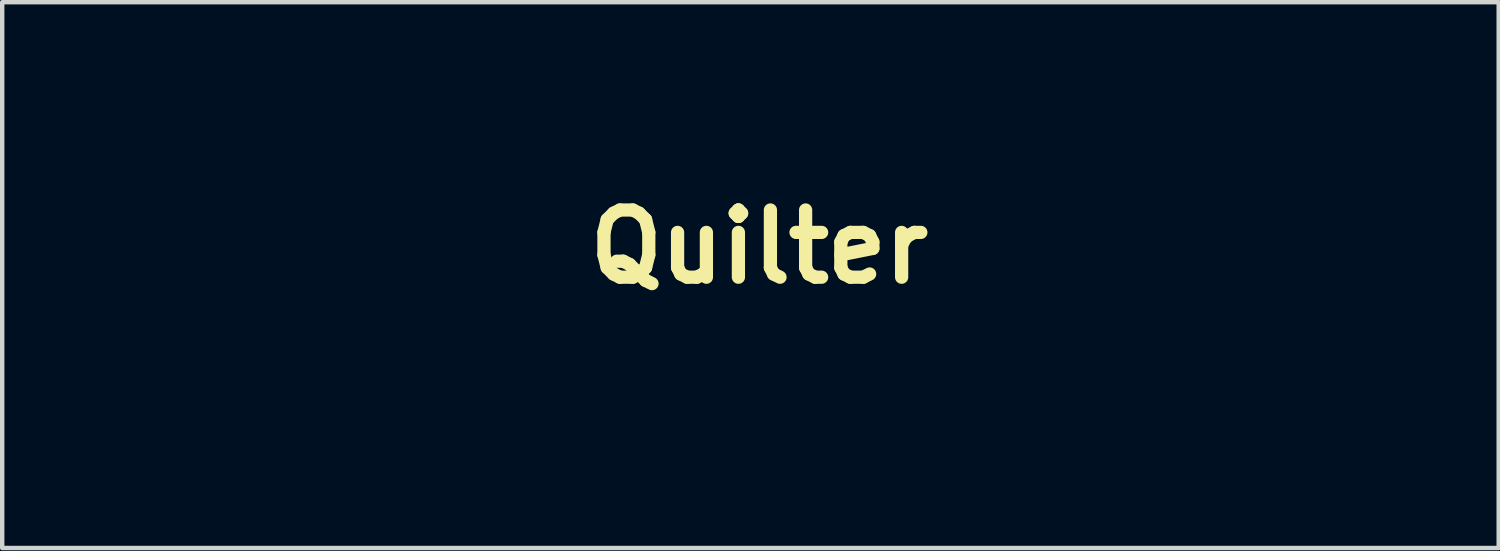
<source format=kicad_pcb>
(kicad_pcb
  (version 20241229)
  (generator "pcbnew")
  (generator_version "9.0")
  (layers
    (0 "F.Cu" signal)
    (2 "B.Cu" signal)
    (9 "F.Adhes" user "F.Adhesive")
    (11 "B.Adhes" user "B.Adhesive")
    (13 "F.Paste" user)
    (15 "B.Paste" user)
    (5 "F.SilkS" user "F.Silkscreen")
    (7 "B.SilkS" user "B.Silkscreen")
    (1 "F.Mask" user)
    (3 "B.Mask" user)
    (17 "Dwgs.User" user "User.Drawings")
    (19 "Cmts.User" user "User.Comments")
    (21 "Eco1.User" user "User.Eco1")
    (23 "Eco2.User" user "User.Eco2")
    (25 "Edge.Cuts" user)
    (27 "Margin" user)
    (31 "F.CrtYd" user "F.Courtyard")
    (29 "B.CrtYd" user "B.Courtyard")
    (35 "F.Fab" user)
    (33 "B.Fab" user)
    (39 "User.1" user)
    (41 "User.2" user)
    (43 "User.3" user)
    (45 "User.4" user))
  (footprint "Quilter"
    (layer "F.Cu")
    (at 14.164 2.546)
    (property "Reference" "Quilter" (at 0 0 0) (layer "F.SilkS") (effects (font (size 1.524 1.524) (thickness 0.3))))
    (attr board_only exclude_from_pos_files exclude_from_bom)
    (fp_poly (pts (xy -3.02 -2.369) (xy -2.676 -2.358) (xy -2.481 -2.331) (xy -2.399 -2.277) (xy -2.391 -2.19) (xy -2.407 -2.117) (xy -2.429 -1.929) (xy -2.456 -1.555) (xy -2.486 -1.032) (xy -2.515 -0.4) (xy -2.543 0.303) (xy -2.547 0.423) (xy -2.627 2.709) (xy -4.491 2.709) (xy -4.566 0.48) (xy -4.592 -0.227) (xy -4.621 -0.875) (xy -4.649 -1.421) (xy -4.676 -1.827) (xy -4.698 -2.051) (xy -4.7 -2.06) (xy -4.759 -2.371) (xy -3.553 -2.371)) (stroke (width 0) (type solid)) (fill yes) (layer "F.Mask"))
    (fp_poly (pts (xy -0.056 -0.267) (xy -0.139 1.836) (xy 0.506 1.783) (xy 1.15 1.729) (xy 1.083 2.064) (xy 1.034 2.357) (xy 1.016 2.554) (xy 0.973 2.619) (xy 0.823 2.664) (xy 0.536 2.692) (xy 0.081 2.706) (xy -0.491 2.709) (xy -1.997 2.709) (xy -2.075 0.337) (xy -2.102 -0.381) (xy -2.13 -1.027) (xy -2.16 -1.566) (xy -2.188 -1.962) (xy -2.212 -2.179) (xy -2.218 -2.203) (xy -2.215 -2.28) (xy -2.115 -2.329) (xy -1.881 -2.357) (xy -1.478 -2.369) (xy -1.127 -2.371) (xy 0.027 -2.371)) (stroke (width 0) (type solid)) (fill yes) (layer "F.Mask"))
    (fp_poly (pts (xy 5.377 -2.117) (xy 5.341 -1.874) (xy 5.316 -1.493) (xy 5.307 -1.101) (xy 5.306 -0.339) (xy 4.323 -0.339) (xy 4.25 0.525) (xy 4.212 1.063) (xy 4.186 1.621) (xy 4.177 2.049) (xy 4.177 2.709) (xy 3.4 2.709) (xy 2.986 2.703) (xy 2.744 2.672) (xy 2.62 2.602) (xy 2.56 2.475) (xy 2.555 2.455) (xy 2.525 2.234) (xy 2.501 1.852) (xy 2.487 1.374) (xy 2.485 1.11) (xy 2.478 0.619) (xy 2.459 0.202) (xy 2.432 -0.083) (xy 2.415 -0.16) (xy 2.273 -0.287) (xy 1.953 -0.337) (xy 1.851 -0.339) (xy 1.355 -0.339) (xy 1.355 -2.371) (xy 5.445 -2.371)) (stroke (width 0) (type solid)) (fill yes) (layer "F.Mask"))
    (fp_poly (pts (xy -7.394 -0.48) (xy -7.389 0.32) (xy -7.368 0.921) (xy -7.324 1.352) (xy -7.25 1.639) (xy -7.138 1.811) (xy -6.982 1.895) (xy -6.773 1.919) (xy -6.754 1.919) (xy -6.404 1.919) (xy -6.485 -0.226) (xy -6.567 -2.371) (xy -4.939 -2.371) (xy -5.009 -2.018) (xy -5.032 -1.793) (xy -5.052 -1.386) (xy -5.067 -0.841) (xy -5.077 -0.202) (xy -5.08 0.405) (xy -5.079 1.183) (xy -5.09 1.765) (xy -5.13 2.179) (xy -5.22 2.457) (xy -5.376 2.627) (xy -5.619 2.718) (xy -5.967 2.761) (xy -6.439 2.784) (xy -6.6 2.791) (xy -7.114 2.808) (xy -7.474 2.795) (xy -7.749 2.74) (xy -8.011 2.635) (xy -8.128 2.577) (xy -8.435 2.39) (xy -8.683 2.163) (xy -8.882 1.867) (xy -9.041 1.477) (xy -9.167 0.965) (xy -9.272 0.303) (xy -9.362 -0.535) (xy -9.433 -1.383) (xy -9.509 -2.371) (xy -8.452 -2.371) (xy -7.394 -2.371)) (stroke (width 0) (type solid)) (fill yes) (layer "F.Mask"))
    (fp_poly (pts (xy 9.058 -1.552) (xy 9.032 -1.002) (xy 8.996 -0.639) (xy 8.932 -0.427) (xy 8.816 -0.329) (xy 8.629 -0.306) (xy 8.359 -0.321) (xy 8.023 -0.337) (xy 7.855 -0.307) (xy 7.796 -0.205) (xy 7.789 -0.067) (xy 7.806 0.105) (xy 7.893 0.192) (xy 8.108 0.222) (xy 8.368 0.226) (xy 8.946 0.226) (xy 8.876 0.579) (xy 8.826 0.855) (xy 8.805 1.029) (xy 8.805 1.03) (xy 8.704 1.089) (xy 8.449 1.124) (xy 8.297 1.129) (xy 7.985 1.138) (xy 7.837 1.195) (xy 7.792 1.341) (xy 7.789 1.478) (xy 7.789 1.827) (xy 8.41 1.788) (xy 9.031 1.75) (xy 8.96 2.145) (xy 8.899 2.432) (xy 8.846 2.614) (xy 8.84 2.625) (xy 8.716 2.656) (xy 8.409 2.683) (xy 7.965 2.701) (xy 7.428 2.709) (xy 7.347 2.709) (xy 5.901 2.709) (xy 5.818 0.32) (xy 5.791 -0.399) (xy 5.762 -1.045) (xy 5.733 -1.584) (xy 5.707 -1.979) (xy 5.684 -2.195) (xy 5.678 -2.22) (xy 5.695 -2.279) (xy 5.818 -2.321) (xy 6.075 -2.348) (xy 6.492 -2.364) (xy 7.097 -2.37) (xy 7.358 -2.371) (xy 9.095 -2.371)) (stroke (width 0) (type solid)) (fill yes) (layer "F.Mask"))
    (fp_poly (pts (xy -11.134 -2.388) (xy -10.583 -2.044) (xy -10.154 -1.532) (xy -10.034 -1.303) (xy -9.873 -0.751) (xy -9.813 -0.084) (xy -9.851 0.613) (xy -9.986 1.255) (xy -10.095 1.544) (xy -10.303 1.909) (xy -10.54 2.212) (xy -10.674 2.328) (xy -10.98 2.529) (xy -10.544 2.895) (xy -10.307 3.11) (xy -10.173 3.262) (xy -10.163 3.304) (xy -10.283 3.391) (xy -10.511 3.55) (xy -10.566 3.588) (xy -10.916 3.829) (xy -11.23 3.502) (xy -11.433 3.229) (xy -11.482 3.015) (xy -11.476 2.998) (xy -11.474 2.894) (xy -11.597 2.84) (xy -11.891 2.822) (xy -11.998 2.822) (xy -12.595 2.752) (xy -13.09 2.529) (xy -13.518 2.127) (xy -13.912 1.524) (xy -14.04 1.246) (xy -14.117 0.939) (xy -14.146 0.618) (xy -12.568 0.618) (xy -12.51 1.061) (xy -12.356 1.421) (xy -12.136 1.646) (xy -11.966 1.693) (xy -11.751 1.605) (xy -11.555 1.402) (xy -11.427 1.081) (xy -11.371 0.675) (xy -11.39 0.277) (xy -11.486 -0.018) (xy -11.51 -0.05) (xy -11.726 -0.183) (xy -11.966 -0.226) (xy -12.294 -0.148) (xy -12.49 0.095) (xy -12.566 0.52) (xy -12.568 0.618) (xy -14.146 0.618) (xy -14.154 0.535) (xy -14.164 0.056) (xy -14.158 -0.456) (xy -14.127 -0.814) (xy -14.057 -1.089) (xy -13.934 -1.353) (xy -13.862 -1.48) (xy -13.529 -1.945) (xy -13.143 -2.252) (xy -12.629 -2.452) (xy -12.447 -2.498) (xy -11.769 -2.546)) (stroke (width 0) (type solid)) (fill yes) (layer "F.Mask"))
    (fp_poly (pts (xy 11.422 -2.408) (xy 11.866 -2.385) (xy 12.197 -2.337) (xy 12.47 -2.257) (xy 12.644 -2.183) (xy 13.162 -1.894) (xy 13.494 -1.565) (xy 13.679 -1.139) (xy 13.752 -0.615) (xy 13.767 -0.185) (xy 13.731 0.112) (xy 13.625 0.368) (xy 13.502 0.567) (xy 13.312 0.831) (xy 13.164 0.993) (xy 13.122 1.018) (xy 12.963 1.073) (xy 12.879 1.121) (xy 12.819 1.21) (xy 12.873 1.365) (xy 13.059 1.624) (xy 13.203 1.801) (xy 13.442 2.097) (xy 13.6 2.319) (xy 13.646 2.418) (xy 13.646 2.418) (xy 13.529 2.486) (xy 13.273 2.621) (xy 13.021 2.749) (xy 12.676 2.909) (xy 12.468 2.963) (xy 12.344 2.921) (xy 12.314 2.889) (xy 12.193 2.712) (xy 12.011 2.409) (xy 11.853 2.131) (xy 11.519 1.524) (xy 11.515 2.709) (xy 9.631 2.709) (xy 9.534 0.454) (xy 11.515 0.454) (xy 11.54 0.716) (xy 11.582 0.82) (xy 11.742 0.842) (xy 11.989 0.755) (xy 12.164 0.646) (xy 12.296 0.42) (xy 12.27 0.136) (xy 12.099 -0.121) (xy 12.028 -0.176) (xy 11.792 -0.285) (xy 11.633 -0.285) (xy 11.565 -0.14) (xy 11.525 0.138) (xy 11.515 0.454) (xy 9.534 0.454) (xy 9.523 0.198) (xy 9.493 -0.531) (xy 9.469 -1.181) (xy 9.452 -1.719) (xy 9.444 -2.113) (xy 9.444 -2.329) (xy 9.447 -2.36) (xy 9.567 -2.379) (xy 9.866 -2.395) (xy 10.3 -2.406) (xy 10.808 -2.412)) (stroke (width 0) (type solid)) (fill yes) (layer "F.Mask")))
  (gr_rect
    (start -3 -3)
    (end 30.931 9.376)
    (stroke (width 0.1) (type default))
    (fill no)
    (layer "Edge.Cuts")))
</source>
